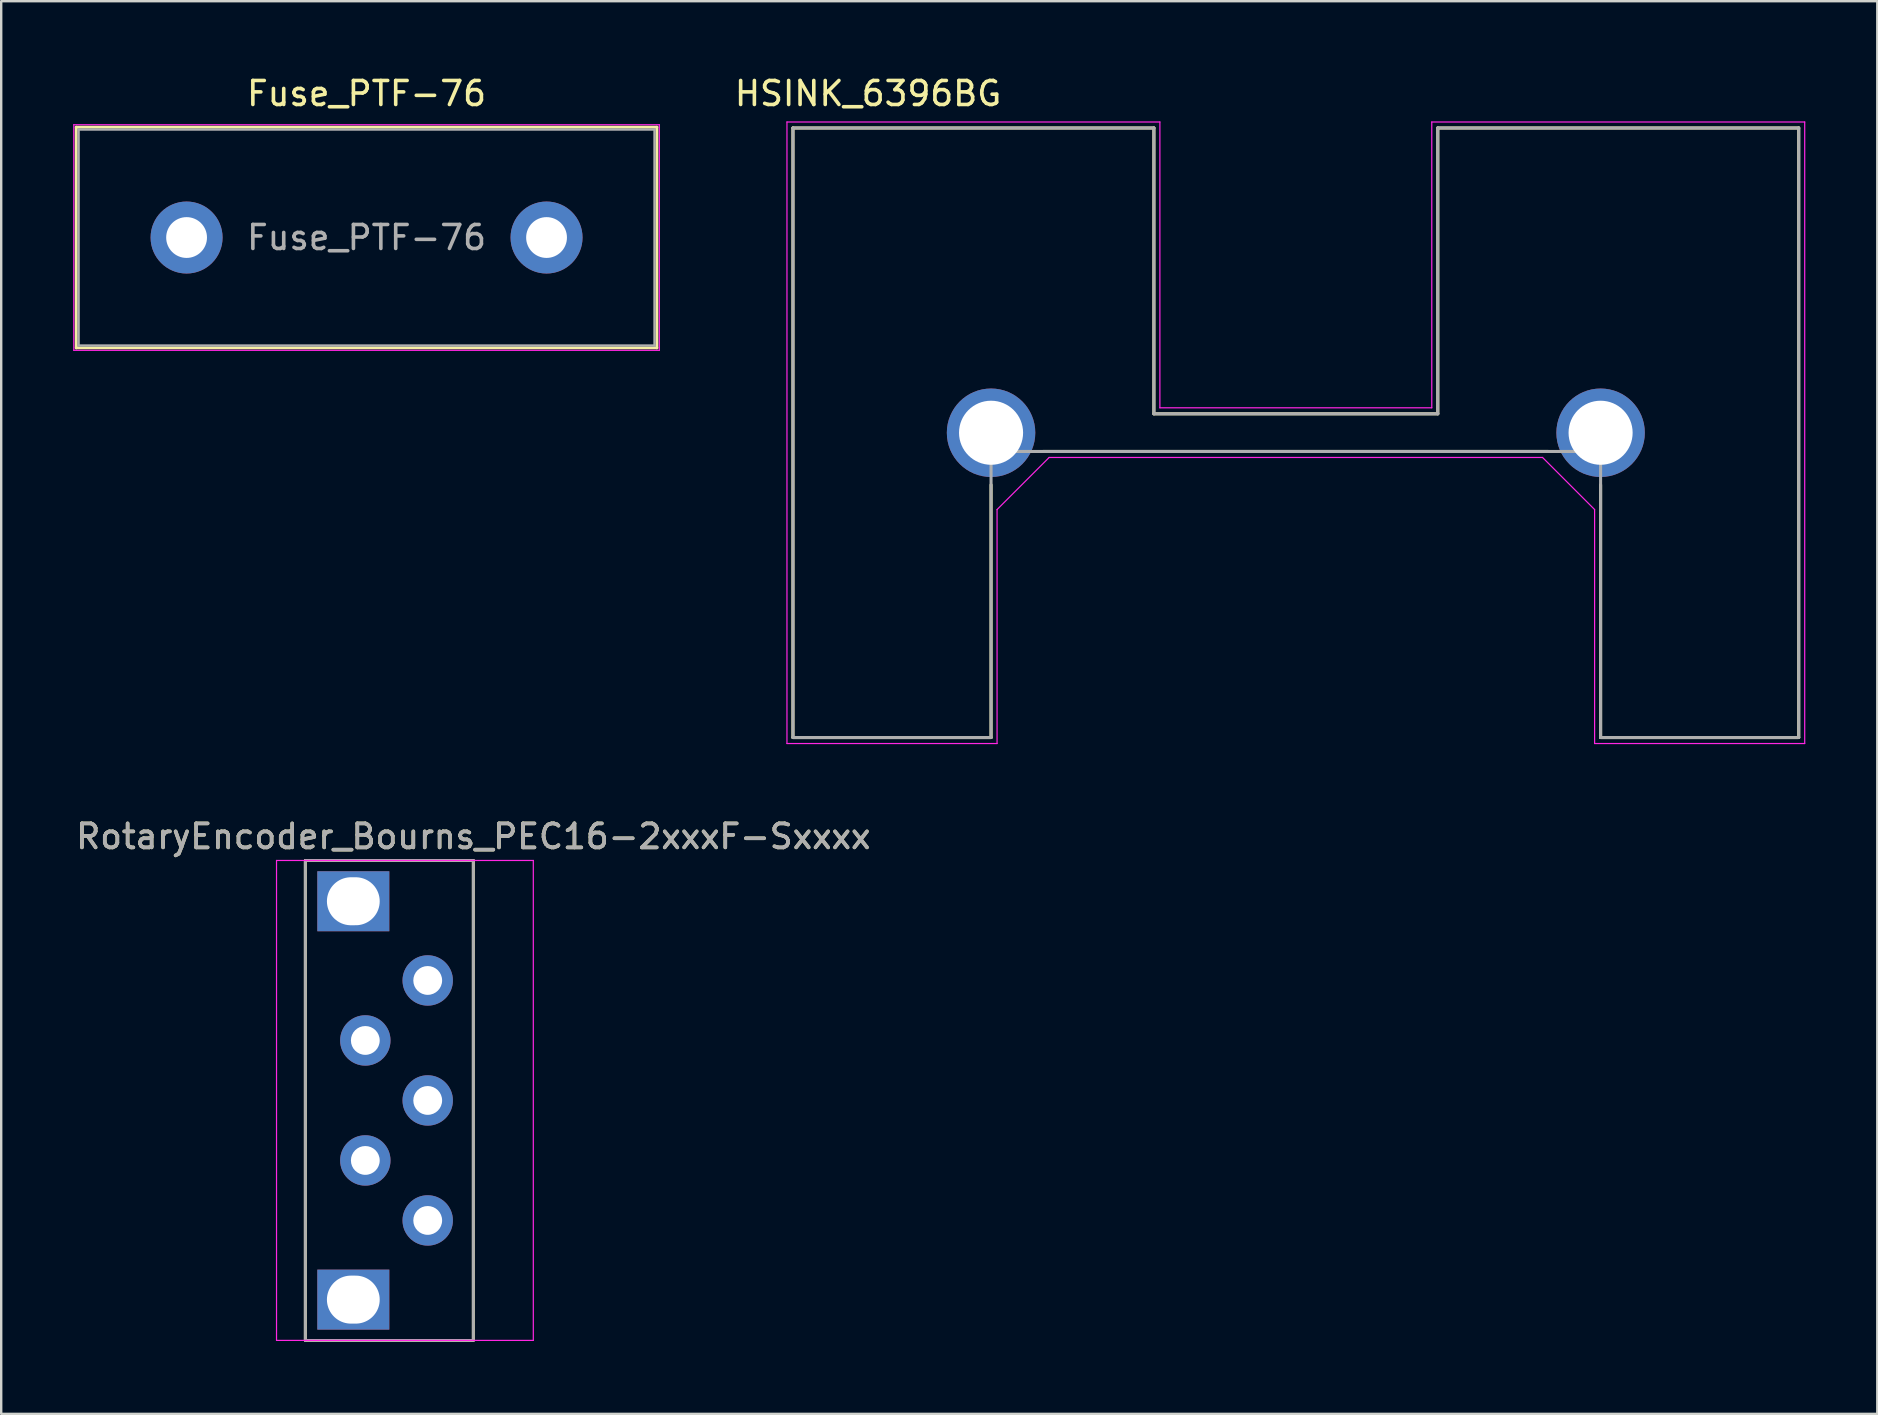
<source format=kicad_pcb>
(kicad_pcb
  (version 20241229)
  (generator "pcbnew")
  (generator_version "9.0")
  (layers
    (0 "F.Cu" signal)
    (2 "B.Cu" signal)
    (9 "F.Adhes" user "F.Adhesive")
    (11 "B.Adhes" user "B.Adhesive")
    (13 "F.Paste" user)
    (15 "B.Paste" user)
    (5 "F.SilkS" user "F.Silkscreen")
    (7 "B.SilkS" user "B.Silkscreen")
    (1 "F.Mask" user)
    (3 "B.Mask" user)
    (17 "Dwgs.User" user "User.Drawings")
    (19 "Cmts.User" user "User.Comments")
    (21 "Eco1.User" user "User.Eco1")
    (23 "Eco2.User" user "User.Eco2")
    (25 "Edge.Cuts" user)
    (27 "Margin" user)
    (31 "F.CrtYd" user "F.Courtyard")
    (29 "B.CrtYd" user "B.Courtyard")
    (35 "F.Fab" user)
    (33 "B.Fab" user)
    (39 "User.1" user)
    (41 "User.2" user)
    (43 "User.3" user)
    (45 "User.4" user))
  (footprint "Fuse_PTF-76"
    (layer "F.Cu")
    (at 4.725 6.848)
    (property "Reference" "Fuse_PTF-76" (at 7.5 -6 0) (layer "F.SilkS") (effects (font (size 1 1) (thickness 0.15))))
    (attr through_hole)
    (fp_line (start -4.6 -4.6) (end -4.6 4.6) (stroke (width 0.12) (type solid)) (layer "F.SilkS"))
    (fp_line (start -4.6 -4.6) (end 19.6 -4.6) (stroke (width 0.12) (type solid)) (layer "F.SilkS"))
    (fp_line (start -4.6 4.6) (end 19.6 4.6) (stroke (width 0.12) (type solid)) (layer "F.SilkS"))
    (fp_line (start 19.6 -4.6) (end 19.6 4.6) (stroke (width 0.12) (type solid)) (layer "F.SilkS"))
    (fp_line (start -4.7 -4.7) (end -4.7 4.7) (stroke (width 0.05) (type solid)) (layer "F.CrtYd"))
    (fp_line (start -4.7 -4.7) (end 19.7 -4.7) (stroke (width 0.05) (type solid)) (layer "F.CrtYd"))
    (fp_line (start -4.7 4.7) (end 19.7 4.7) (stroke (width 0.05) (type solid)) (layer "F.CrtYd"))
    (fp_line (start 19.7 -4.7) (end 19.7 4.7) (stroke (width 0.05) (type solid)) (layer "F.CrtYd"))
    (fp_line (start -4.5 -4.5) (end -4.5 4.5) (stroke (width 0.1) (type solid)) (layer "F.Fab"))
    (fp_line (start -4.5 -4.5) (end 19.5 -4.5) (stroke (width 0.1) (type solid)) (layer "F.Fab"))
    (fp_line (start -4.5 4.5) (end 19.5 4.5) (stroke (width 0.1) (type solid)) (layer "F.Fab"))
    (fp_line (start 19.5 4.5) (end 19.5 -4.5) (stroke (width 0.1) (type solid)) (layer "F.Fab"))
    (fp_text user "${REFERENCE}" (at 7.5 0 0) (layer "F.Fab") (effects (font (size 1 1) (thickness 0.15))))
    (pad "1" thru_hole circle (at 0 0) (size 3 3) (drill 1.7) (layers "*.Cu" "*.Mask"))
    (pad "2" thru_hole circle (at 15 0) (size 3 3) (drill 1.7) (layers "*.Cu" "*.Mask")))
  (footprint "RotaryEncoder_Bourns_PEC16-2xxxF-Sxxxx"
    (layer "F.Cu")
    (at 11.673 42.806)
    (property "Reference" "RotaryEncoder_Bourns_PEC16-2xxxF-Sxxxx" (at 5 -11 0) (layer "F.SilkS") (effects (font (size 1 1) (thickness 0.15))))
    (attr through_hole)
    (fp_line (start -2 -10) (end 5 -10) (stroke (width 0.12) (type solid)) (layer "F.SilkS"))
    (fp_line (start -2 10) (end -2 -10) (stroke (width 0.12) (type solid)) (layer "F.SilkS"))
    (fp_line (start 5 -10) (end 5 10) (stroke (width 0.12) (type solid)) (layer "F.SilkS"))
    (fp_line (start 5 10) (end -2 10) (stroke (width 0.12) (type solid)) (layer "F.SilkS"))
    (fp_line (start -3.2 -10) (end -3.2 10) (stroke (width 0.05) (type solid)) (layer "F.CrtYd"))
    (fp_line (start -3.2 -10) (end 7.5 -10) (stroke (width 0.05) (type solid)) (layer "F.CrtYd"))
    (fp_line (start -3.2 10) (end 7.5 10) (stroke (width 0.05) (type solid)) (layer "F.CrtYd"))
    (fp_line (start 7.5 -10) (end 7.5 10) (stroke (width 0.05) (type solid)) (layer "F.CrtYd"))
    (fp_line (start -2 -10) (end 5 -10) (stroke (width 0.12) (type solid)) (layer "F.Fab"))
    (fp_line (start -2 10) (end -2 -10) (stroke (width 0.12) (type solid)) (layer "F.Fab"))
    (fp_line (start 5 -10) (end 5 10) (stroke (width 0.12) (type solid)) (layer "F.Fab"))
    (fp_line (start 5 10) (end -2 10) (stroke (width 0.12) (type solid)) (layer "F.Fab"))
    (fp_text user "${REFERENCE}" (at 5 -11 0) (layer "F.Fab") (effects (font (size 1 1) (thickness 0.15))))
    (pad "A" thru_hole circle (at 3.1 5) (size 2.1 2.1) (drill 1.2) (layers "*.Cu" "*.Mask"))
    (pad "B" thru_hole circle (at 3.1 0) (size 2.1 2.1) (drill 1.2) (layers "*.Cu" "*.Mask"))
    (pad "C" thru_hole circle (at 3.1 -5) (size 2.1 2.1) (drill 1.2) (layers "*.Cu" "*.Mask"))
    (pad "MP" thru_hole rect (at 0 -8.3) (size 3 2.5) (drill oval 2.2 2) (layers "*.Cu" "*.Mask"))
    (pad "MP" thru_hole rect (at 0 8.3) (size 3 2.5) (drill oval 2.2 2) (layers "*.Cu" "*.Mask"))
    (pad "S1" thru_hole circle (at 0.5 2.5) (size 2.1 2.1) (drill 1.2) (layers "*.Cu" "*.Mask"))
    (pad "S2" thru_hole circle (at 0.5 -2.5) (size 2.1 2.1) (drill 1.2) (layers "*.Cu" "*.Mask")))
  (footprint "HSINK_6396BG"
    (layer "F.Cu")
    (at 50.948 14.983)
    (property "Reference" "HSINK_6396BG" (at -17.825 -14.135 0) (layer "F.SilkS") (effects (font (size 1 1) (thickness 0.15))))
    (attr through_hole)
    (fp_line (start -20.955 -12.7) (end -20.955 12.7) (stroke (width 0.127) (type solid)) (layer "F.SilkS"))
    (fp_line (start -20.955 12.7) (end -12.7 12.7) (stroke (width 0.127) (type solid)) (layer "F.SilkS"))
    (fp_line (start -12.7 2.17) (end -12.7 12.7) (stroke (width 0.127) (type solid)) (layer "F.SilkS"))
    (fp_line (start -10.53 0.78) (end 10.53 0.78) (stroke (width 0.127) (type solid)) (layer "F.SilkS"))
    (fp_line (start -5.915 -12.7) (end -20.955 -12.7) (stroke (width 0.127) (type solid)) (layer "F.SilkS"))
    (fp_line (start -5.915 -0.79) (end -5.915 -12.7) (stroke (width 0.127) (type solid)) (layer "F.SilkS"))
    (fp_line (start 5.915 -12.7) (end 5.915 -0.79) (stroke (width 0.127) (type solid)) (layer "F.SilkS"))
    (fp_line (start 5.915 -0.79) (end -5.915 -0.79) (stroke (width 0.127) (type solid)) (layer "F.SilkS"))
    (fp_line (start 12.7 2.17) (end 12.7 12.7) (stroke (width 0.127) (type solid)) (layer "F.SilkS"))
    (fp_line (start 12.7 12.7) (end 20.955 12.7) (stroke (width 0.127) (type solid)) (layer "F.SilkS"))
    (fp_line (start 20.955 -12.7) (end 5.915 -12.7) (stroke (width 0.127) (type solid)) (layer "F.SilkS"))
    (fp_line (start 20.955 12.7) (end 20.955 -12.7) (stroke (width 0.127) (type solid)) (layer "F.SilkS"))
    (fp_line (start -21.205 -12.95) (end -21.205 12.95) (stroke (width 0.05) (type solid)) (layer "F.CrtYd"))
    (fp_line (start -21.205 12.95) (end -12.45 12.95) (stroke (width 0.05) (type solid)) (layer "F.CrtYd"))
    (fp_line (start -12.45 3.2) (end -10.28 1.03) (stroke (width 0.05) (type solid)) (layer "F.CrtYd"))
    (fp_line (start -12.45 12.95) (end -12.45 3.2) (stroke (width 0.05) (type solid)) (layer "F.CrtYd"))
    (fp_line (start -10.28 1.03) (end 10.28 1.03) (stroke (width 0.05) (type solid)) (layer "F.CrtYd"))
    (fp_line (start -5.665 -12.95) (end -21.205 -12.95) (stroke (width 0.05) (type solid)) (layer "F.CrtYd"))
    (fp_line (start -5.665 -1.04) (end -5.665 -12.95) (stroke (width 0.05) (type solid)) (layer "F.CrtYd"))
    (fp_line (start 5.665 -12.95) (end 5.665 -1.04) (stroke (width 0.05) (type solid)) (layer "F.CrtYd"))
    (fp_line (start 5.665 -1.04) (end -5.665 -1.04) (stroke (width 0.05) (type solid)) (layer "F.CrtYd"))
    (fp_line (start 10.28 1.03) (end 12.45 3.2) (stroke (width 0.05) (type solid)) (layer "F.CrtYd"))
    (fp_line (start 12.45 3.2) (end 12.45 12.95) (stroke (width 0.05) (type solid)) (layer "F.CrtYd"))
    (fp_line (start 12.45 12.95) (end 21.205 12.95) (stroke (width 0.05) (type solid)) (layer "F.CrtYd"))
    (fp_line (start 21.205 -12.95) (end 5.665 -12.95) (stroke (width 0.05) (type solid)) (layer "F.CrtYd"))
    (fp_line (start 21.205 12.95) (end 21.205 -12.95) (stroke (width 0.05) (type solid)) (layer "F.CrtYd"))
    (fp_line (start -20.955 -12.7) (end -20.955 12.7) (stroke (width 0.127) (type solid)) (layer "F.Fab"))
    (fp_line (start -20.955 12.7) (end -12.7 12.7) (stroke (width 0.127) (type solid)) (layer "F.Fab"))
    (fp_line (start -12.7 0.78) (end 12.7 0.78) (stroke (width 0.127) (type solid)) (layer "F.Fab"))
    (fp_line (start -12.7 12.7) (end -12.7 0.78) (stroke (width 0.127) (type solid)) (layer "F.Fab"))
    (fp_line (start -5.915 -12.7) (end -20.955 -12.7) (stroke (width 0.127) (type solid)) (layer "F.Fab"))
    (fp_line (start -5.915 -0.79) (end -5.915 -12.7) (stroke (width 0.127) (type solid)) (layer "F.Fab"))
    (fp_line (start 5.915 -12.7) (end 5.915 -0.79) (stroke (width 0.127) (type solid)) (layer "F.Fab"))
    (fp_line (start 5.915 -0.79) (end -5.915 -0.79) (stroke (width 0.127) (type solid)) (layer "F.Fab"))
    (fp_line (start 12.7 0.78) (end 12.7 12.7) (stroke (width 0.127) (type solid)) (layer "F.Fab"))
    (fp_line (start 12.7 12.7) (end 20.955 12.7) (stroke (width 0.127) (type solid)) (layer "F.Fab"))
    (fp_line (start 20.955 -12.7) (end 5.915 -12.7) (stroke (width 0.127) (type solid)) (layer "F.Fab"))
    (fp_line (start 20.955 12.7) (end 20.955 -12.7) (stroke (width 0.127) (type solid)) (layer "F.Fab"))
    (pad "1" thru_hole circle (at -12.7 0) (size 3.686 3.686) (drill 2.67) (layers "*.Cu" "*.Mask"))
    (pad "2" thru_hole circle (at 12.7 0) (size 3.686 3.686) (drill 2.67) (layers "*.Cu" "*.Mask")))
  (gr_rect
    (start -3 -3)
    (end 75.178 55.867)
    (stroke (width 0.1) (type default))
    (fill no)
    (layer "Edge.Cuts")))
</source>
